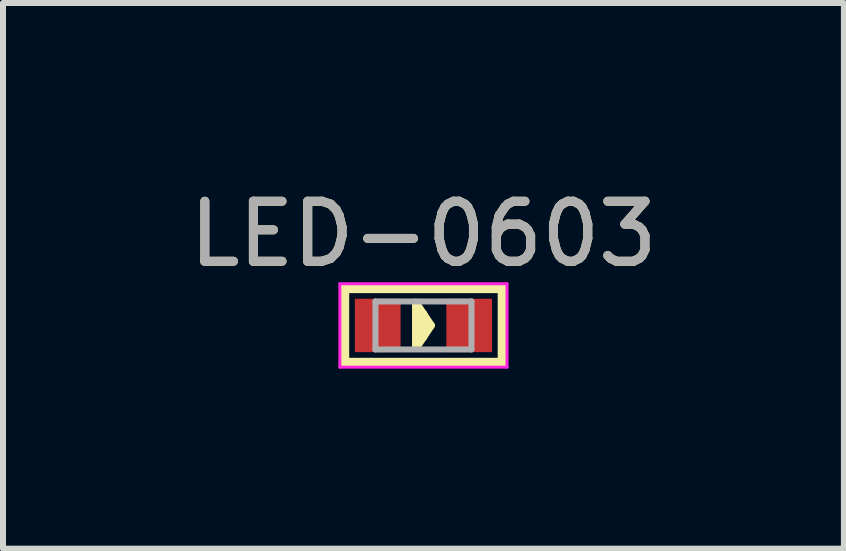
<source format=kicad_pcb>
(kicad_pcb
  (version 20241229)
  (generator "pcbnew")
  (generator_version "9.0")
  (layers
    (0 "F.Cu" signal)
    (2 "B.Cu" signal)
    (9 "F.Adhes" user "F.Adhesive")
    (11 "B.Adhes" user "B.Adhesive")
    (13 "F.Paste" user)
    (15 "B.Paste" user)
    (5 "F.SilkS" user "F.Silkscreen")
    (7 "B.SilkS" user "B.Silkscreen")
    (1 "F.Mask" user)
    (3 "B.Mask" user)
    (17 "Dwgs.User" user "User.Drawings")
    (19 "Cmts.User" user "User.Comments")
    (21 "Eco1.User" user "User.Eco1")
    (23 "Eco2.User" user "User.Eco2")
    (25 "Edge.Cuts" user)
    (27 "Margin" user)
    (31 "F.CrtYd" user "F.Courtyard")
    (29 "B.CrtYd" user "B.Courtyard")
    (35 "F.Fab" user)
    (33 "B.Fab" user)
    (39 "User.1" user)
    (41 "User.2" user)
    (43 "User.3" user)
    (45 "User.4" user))
  (footprint "LED-0603"
    (layer "F.Cu")
    (at 4.006 2.373)
    (property "Reference" "LED-0603" (at 0 -1.524 0) (layer "F.SilkS") (effects (font (size 1 1) (thickness 0.15))))
    (attr smd)
    (fp_line (start -1.333 -0.635) (end 1.333 -0.635) (stroke (width 0.127) (type solid)) (layer "F.SilkS"))
    (fp_line (start -1.333 0.635) (end -1.333 -0.635) (stroke (width 0.127) (type solid)) (layer "F.SilkS"))
    (fp_line (start -1.27 -0.572) (end 1.27 -0.572) (stroke (width 0.066) (type solid)) (layer "F.SilkS"))
    (fp_line (start -1.27 0.572) (end -1.27 -0.572) (stroke (width 0.066) (type solid)) (layer "F.SilkS"))
    (fp_line (start -1.27 0.572) (end 1.27 0.572) (stroke (width 0.066) (type solid)) (layer "F.SilkS"))
    (fp_line (start -0.127 -0.381) (end -0.127 0.381) (stroke (width 0.127) (type solid)) (layer "F.SilkS"))
    (fp_line (start -0.127 0.381) (end 0 0.191) (stroke (width 0.127) (type solid)) (layer "F.SilkS"))
    (fp_line (start -0.064 -0.254) (end -0.064 0.254) (stroke (width 0.127) (type solid)) (layer "F.SilkS"))
    (fp_line (start 0 -0.191) (end -0.127 -0.381) (stroke (width 0.127) (type solid)) (layer "F.SilkS"))
    (fp_line (start 0 -0.191) (end 0 0.191) (stroke (width 0.127) (type solid)) (layer "F.SilkS"))
    (fp_line (start 0 0.191) (end 0.127 0) (stroke (width 0.127) (type solid)) (layer "F.SilkS"))
    (fp_line (start 0.127 0) (end 0 -0.191) (stroke (width 0.127) (type solid)) (layer "F.SilkS"))
    (fp_line (start 1.27 0.572) (end 1.27 -0.572) (stroke (width 0.066) (type solid)) (layer "F.SilkS"))
    (fp_line (start 1.333 -0.635) (end 1.333 0.635) (stroke (width 0.127) (type solid)) (layer "F.SilkS"))
    (fp_line (start 1.333 0.635) (end -1.333 0.635) (stroke (width 0.127) (type solid)) (layer "F.SilkS"))
    (fp_line (start -1.393 -0.695) (end 1.393 -0.695) (stroke (width 0.05) (type solid)) (layer "F.CrtYd"))
    (fp_line (start -1.393 0.695) (end -1.393 -0.695) (stroke (width 0.05) (type solid)) (layer "F.CrtYd"))
    (fp_line (start 1.393 -0.695) (end 1.393 0.695) (stroke (width 0.05) (type solid)) (layer "F.CrtYd"))
    (fp_line (start 1.393 0.695) (end -1.393 0.695) (stroke (width 0.05) (type solid)) (layer "F.CrtYd"))
    (fp_line (start -0.8 -0.4) (end 0.8 -0.4) (stroke (width 0.1) (type solid)) (layer "F.Fab"))
    (fp_line (start -0.8 0.4) (end -0.8 -0.4) (stroke (width 0.1) (type solid)) (layer "F.Fab"))
    (fp_line (start 0.8 -0.4) (end 0.8 0.4) (stroke (width 0.1) (type solid)) (layer "F.Fab"))
    (fp_line (start 0.8 0.4) (end -0.8 0.4) (stroke (width 0.1) (type solid)) (layer "F.Fab"))
    (fp_text user "${REFERENCE}" (at 0 -1.525 0) (layer "F.Fab") (effects (font (size 1 1) (thickness 0.15))))
    (pad "1" smd rect (at -0.762 0) (size 0.762 0.889) (layers "F.Cu" "F.Mask" "F.Paste"))
    (pad "2" smd rect (at 0.762 0) (size 0.762 0.889) (layers "F.Cu" "F.Mask" "F.Paste")))
  (gr_rect
    (start -3 -3)
    (end 11.012 6.093)
    (stroke (width 0.1) (type default))
    (fill no)
    (layer "Edge.Cuts")))
</source>
